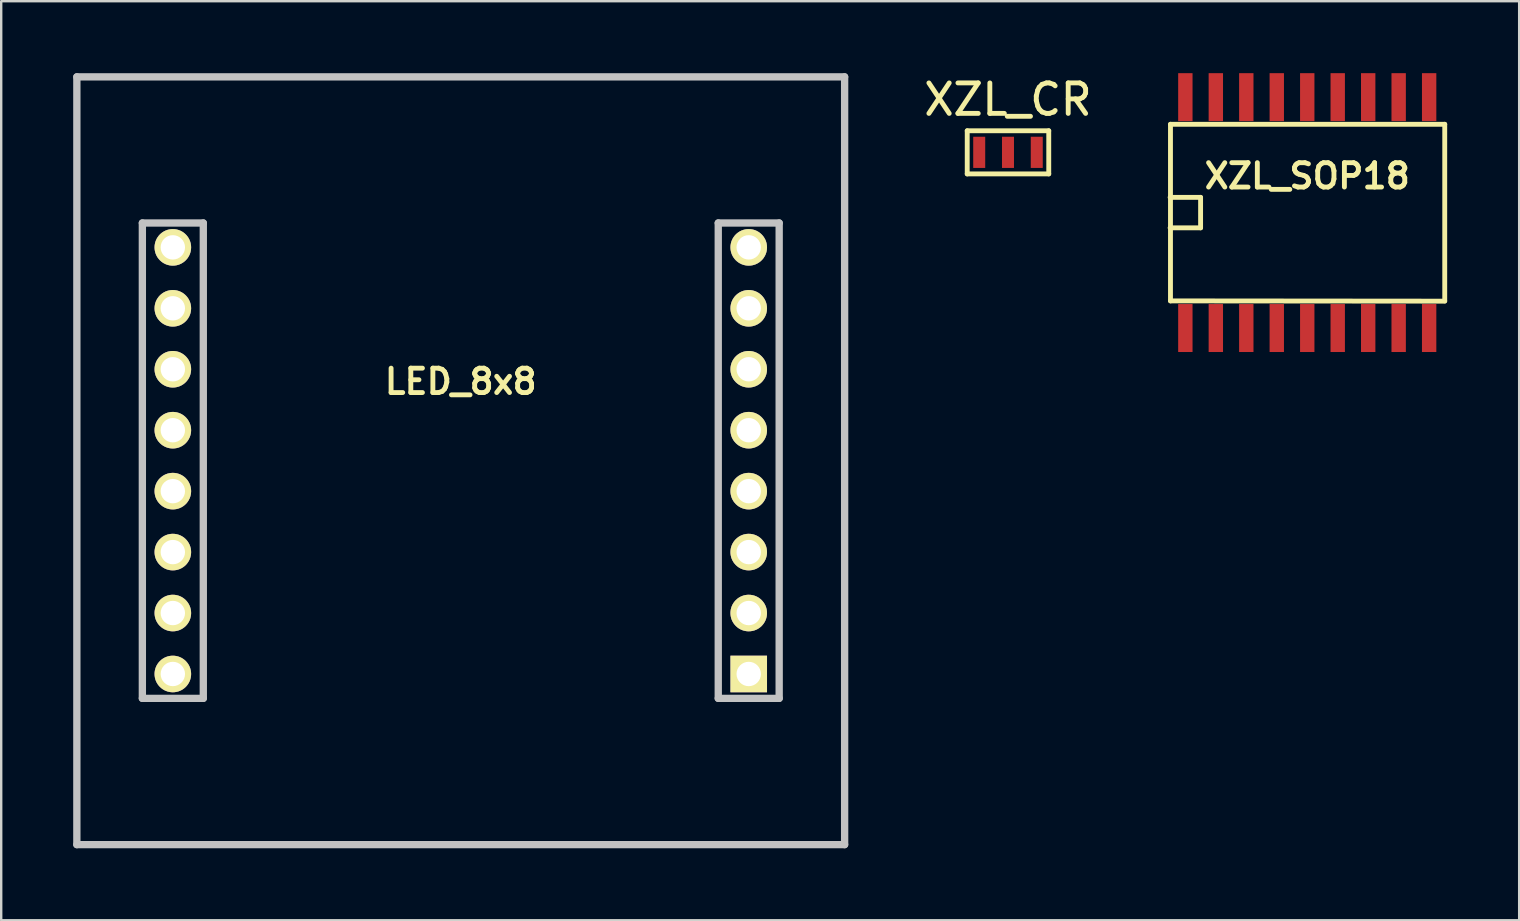
<source format=kicad_pcb>
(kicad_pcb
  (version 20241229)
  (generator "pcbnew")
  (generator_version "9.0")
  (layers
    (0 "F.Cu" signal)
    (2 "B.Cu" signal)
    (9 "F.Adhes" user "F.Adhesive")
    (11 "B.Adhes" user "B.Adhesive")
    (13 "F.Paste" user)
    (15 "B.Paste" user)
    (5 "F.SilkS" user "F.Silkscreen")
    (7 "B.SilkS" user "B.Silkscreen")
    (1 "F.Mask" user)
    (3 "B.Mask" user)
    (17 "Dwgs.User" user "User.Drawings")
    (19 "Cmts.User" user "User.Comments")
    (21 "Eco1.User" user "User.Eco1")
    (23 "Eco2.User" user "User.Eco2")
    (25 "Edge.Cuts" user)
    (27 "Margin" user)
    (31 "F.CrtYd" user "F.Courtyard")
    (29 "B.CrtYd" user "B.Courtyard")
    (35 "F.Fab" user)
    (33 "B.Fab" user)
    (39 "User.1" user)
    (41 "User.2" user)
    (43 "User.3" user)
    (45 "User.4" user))
  (footprint "XZL_SOP18"
    (layer "F.Cu")
    (at 51.431 5.81)
    (property "Reference" "XZL_SOP18" (at 0 -1.524 0) (layer "F.SilkS") (effects (font (size 1.016 1.016) (thickness 0.203))))
    (attr smd)
    (fp_line (start -5.715 -0.635) (end -4.445 -0.635) (stroke (width 0.203) (type solid)) (layer "F.SilkS"))
    (fp_line (start -5.7 -3.68) (end 5.73 -3.68) (stroke (width 0.203) (type solid)) (layer "F.SilkS"))
    (fp_line (start -5.7 3.68) (end -5.7 -3.68) (stroke (width 0.203) (type solid)) (layer "F.SilkS"))
    (fp_line (start -5.7 3.68) (end 5.73 3.691) (stroke (width 0.203) (type solid)) (layer "F.SilkS"))
    (fp_line (start -4.445 -0.635) (end -4.445 0.635) (stroke (width 0.203) (type solid)) (layer "F.SilkS"))
    (fp_line (start -4.445 0.635) (end -5.715 0.635) (stroke (width 0.203) (type solid)) (layer "F.SilkS"))
    (fp_line (start 5.73 3.68) (end 5.73 -3.68) (stroke (width 0.203) (type solid)) (layer "F.SilkS"))
    (pad "1" smd rect (at -5.08 4.811) (size 0.599 1.999) (layers "F.Cu" "F.Mask" "F.Paste"))
    (pad "2" smd rect (at -3.81 4.811) (size 0.599 1.999) (layers "F.Cu" "F.Mask" "F.Paste"))
    (pad "3" smd rect (at -2.54 4.811) (size 0.599 1.999) (layers "F.Cu" "F.Mask" "F.Paste"))
    (pad "4" smd rect (at -1.27 4.811) (size 0.599 1.999) (layers "F.Cu" "F.Mask" "F.Paste"))
    (pad "5" smd rect (at 0 4.811) (size 0.599 1.999) (layers "F.Cu" "F.Mask" "F.Paste"))
    (pad "6" smd rect (at 1.27 4.811) (size 0.599 1.999) (layers "F.Cu" "F.Mask" "F.Paste"))
    (pad "7" smd rect (at 2.54 4.811) (size 0.599 1.999) (layers "F.Cu" "F.Mask" "F.Paste"))
    (pad "8" smd rect (at 3.81 4.811) (size 0.599 1.999) (layers "F.Cu" "F.Mask" "F.Paste"))
    (pad "9" smd rect (at 5.08 4.811) (size 0.599 1.999) (layers "F.Cu" "F.Mask" "F.Paste"))
    (pad "10" smd rect (at 5.08 -4.811) (size 0.599 1.999) (layers "F.Cu" "F.Mask" "F.Paste"))
    (pad "11" smd rect (at 3.81 -4.811) (size 0.599 1.999) (layers "F.Cu" "F.Mask" "F.Paste"))
    (pad "12" smd rect (at 2.54 -4.811) (size 0.599 1.999) (layers "F.Cu" "F.Mask" "F.Paste"))
    (pad "13" smd rect (at 1.27 -4.811) (size 0.599 1.999) (layers "F.Cu" "F.Mask" "F.Paste"))
    (pad "14" smd rect (at 0 -4.811) (size 0.599 1.999) (layers "F.Cu" "F.Mask" "F.Paste"))
    (pad "15" smd rect (at -1.27 -4.811) (size 0.599 1.999) (layers "F.Cu" "F.Mask" "F.Paste"))
    (pad "16" smd rect (at -2.54 -4.811) (size 0.599 1.999) (layers "F.Cu" "F.Mask" "F.Paste"))
    (pad "17" smd rect (at -3.81 -4.811) (size 0.599 1.999) (layers "F.Cu" "F.Mask" "F.Paste"))
    (pad "18" smd rect (at -5.08 -4.811) (size 0.599 1.999) (layers "F.Cu" "F.Mask" "F.Paste")))
  (footprint "LED_8x8"
    (layer "F.Cu")
    (at 16.152 16.152)
    (property "Reference" "LED_8x8" (at 0 -3.302 0) (layer "F.SilkS") (effects (font (size 1.016 1.016) (thickness 0.203))))
    (attr through_hole)
    (fp_line (start -15.999 -15.999) (end 15.999 -15.999) (stroke (width 0.305) (type solid)) (layer "Dwgs.User"))
    (fp_line (start -15.999 15.999) (end -15.999 -15.999) (stroke (width 0.305) (type solid)) (layer "Dwgs.User"))
    (fp_line (start -13.269 -9.909) (end -10.729 -9.909) (stroke (width 0.305) (type solid)) (layer "Dwgs.User"))
    (fp_line (start -13.269 9.903) (end -13.269 -9.909) (stroke (width 0.305) (type solid)) (layer "Dwgs.User"))
    (fp_line (start -13.269 9.903) (end -10.729 9.903) (stroke (width 0.305) (type solid)) (layer "Dwgs.User"))
    (fp_line (start -10.729 -9.909) (end -10.729 9.903) (stroke (width 0.305) (type solid)) (layer "Dwgs.User"))
    (fp_line (start 10.732 -9.909) (end 13.271 -9.909) (stroke (width 0.305) (type solid)) (layer "Dwgs.User"))
    (fp_line (start 10.732 9.903) (end 10.732 -9.909) (stroke (width 0.305) (type solid)) (layer "Dwgs.User"))
    (fp_line (start 10.732 9.903) (end 13.271 9.903) (stroke (width 0.305) (type solid)) (layer "Dwgs.User"))
    (fp_line (start 13.271 -9.909) (end 13.271 9.903) (stroke (width 0.305) (type solid)) (layer "Dwgs.User"))
    (fp_line (start 15.999 -15.999) (end 15.999 15.999) (stroke (width 0.305) (type solid)) (layer "Dwgs.User"))
    (fp_line (start 15.999 15.999) (end -15.999 15.999) (stroke (width 0.305) (type solid)) (layer "Dwgs.User"))
    (pad "1" thru_hole rect (at 12.002 8.887) (size 1.524 1.524) (drill 1.016) (layers "*.Cu" "*.Mask" "F.SilkS"))
    (pad "2" thru_hole circle (at 12.002 6.347 90) (size 1.524 1.524) (drill 1.016) (layers "*.Cu" "*.Mask" "F.SilkS"))
    (pad "3" thru_hole circle (at 12.002 3.807 90) (size 1.524 1.524) (drill 1.016) (layers "*.Cu" "*.Mask" "F.SilkS"))
    (pad "4" thru_hole circle (at 12.002 1.267 90) (size 1.524 1.524) (drill 1.016) (layers "*.Cu" "*.Mask" "F.SilkS"))
    (pad "5" thru_hole circle (at 12.002 -1.273 90) (size 1.524 1.524) (drill 1.016) (layers "*.Cu" "*.Mask" "F.SilkS"))
    (pad "6" thru_hole circle (at 12.002 -3.813 90) (size 1.524 1.524) (drill 1.016) (layers "*.Cu" "*.Mask" "F.SilkS"))
    (pad "7" thru_hole circle (at 12.002 -6.353 90) (size 1.524 1.524) (drill 1.016) (layers "*.Cu" "*.Mask" "F.SilkS"))
    (pad "8" thru_hole circle (at 12.002 -8.893 90) (size 1.524 1.524) (drill 1.016) (layers "*.Cu" "*.Mask" "F.SilkS"))
    (pad "9" thru_hole circle (at -11.999 -8.893 90) (size 1.524 1.524) (drill 1.016) (layers "*.Cu" "*.Mask" "F.SilkS"))
    (pad "10" thru_hole circle (at -11.999 -6.353 90) (size 1.524 1.524) (drill 1.016) (layers "*.Cu" "*.Mask" "F.SilkS"))
    (pad "11" thru_hole circle (at -11.999 -3.813 90) (size 1.524 1.524) (drill 1.016) (layers "*.Cu" "*.Mask" "F.SilkS"))
    (pad "12" thru_hole circle (at -11.999 -1.273 90) (size 1.524 1.524) (drill 1.016) (layers "*.Cu" "*.Mask" "F.SilkS"))
    (pad "13" thru_hole circle (at -11.999 1.267 90) (size 1.524 1.524) (drill 1.016) (layers "*.Cu" "*.Mask" "F.SilkS"))
    (pad "14" thru_hole circle (at -11.999 3.807 90) (size 1.524 1.524) (drill 1.016) (layers "*.Cu" "*.Mask" "F.SilkS"))
    (pad "15" thru_hole circle (at -11.999 6.347 90) (size 1.524 1.524) (drill 1.016) (layers "*.Cu" "*.Mask" "F.SilkS"))
    (pad "16" thru_hole circle (at -11.999 8.887) (size 1.524 1.524) (drill 1.016) (layers "*.Cu" "*.Mask" "F.SilkS")))
  (footprint "XZL_CR"
    (layer "F.Cu")
    (at 38.959 3.299)
    (property "Reference" "XZL_CR" (at 0 -2.2 0) (layer "F.SilkS") (effects (font (size 1.27 1.27) (thickness 0.203))))
    (attr through_hole)
    (fp_line (start -1.699 -0.899) (end 1.699 -0.899) (stroke (width 0.203) (type solid)) (layer "F.SilkS"))
    (fp_line (start -1.699 0.899) (end -1.699 -0.899) (stroke (width 0.203) (type solid)) (layer "F.SilkS"))
    (fp_line (start 1.699 -0.899) (end 1.699 0.899) (stroke (width 0.203) (type solid)) (layer "F.SilkS"))
    (fp_line (start 1.699 0.899) (end -1.699 0.899) (stroke (width 0.203) (type solid)) (layer "F.SilkS"))
    (pad "1" smd rect (at -1.199 0) (size 0.5 1.3) (layers "F.Cu" "F.Mask" "F.Paste"))
    (pad "2" smd rect (at 0 0) (size 0.5 1.3) (layers "F.Cu" "F.Mask" "F.Paste"))
    (pad "3" smd rect (at 1.199 0) (size 0.5 1.3) (layers "F.Cu" "F.Mask" "F.Paste")))
  (gr_rect
    (start -3 -3)
    (end 60.263 35.304)
    (stroke (width 0.1) (type default))
    (fill no)
    (layer "Edge.Cuts")))
</source>
